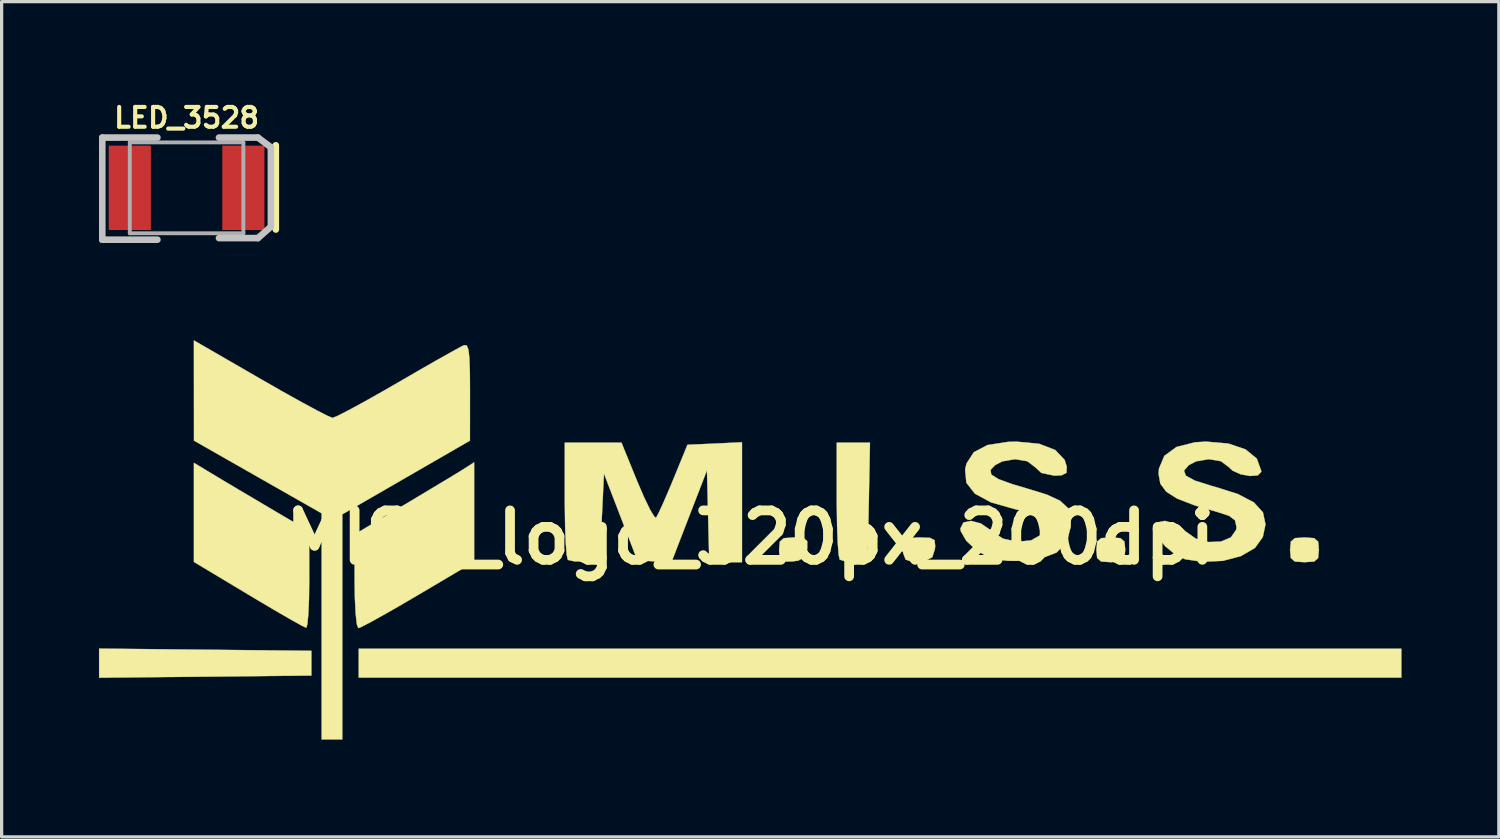
<source format=kicad_pcb>
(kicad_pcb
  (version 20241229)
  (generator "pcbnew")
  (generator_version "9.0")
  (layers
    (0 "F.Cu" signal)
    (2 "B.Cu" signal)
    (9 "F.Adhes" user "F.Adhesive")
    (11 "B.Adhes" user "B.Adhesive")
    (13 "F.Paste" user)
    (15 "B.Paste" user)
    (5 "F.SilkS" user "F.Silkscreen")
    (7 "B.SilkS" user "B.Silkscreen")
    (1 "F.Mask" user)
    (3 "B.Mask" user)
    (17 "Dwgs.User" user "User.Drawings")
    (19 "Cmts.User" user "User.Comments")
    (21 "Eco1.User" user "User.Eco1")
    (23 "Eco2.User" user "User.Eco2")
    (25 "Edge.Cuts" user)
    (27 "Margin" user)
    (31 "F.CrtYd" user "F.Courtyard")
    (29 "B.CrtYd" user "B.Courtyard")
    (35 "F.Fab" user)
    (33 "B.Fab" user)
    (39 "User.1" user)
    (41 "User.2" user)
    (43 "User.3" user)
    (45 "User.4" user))
  (footprint "MISS_logo_320px_200dpi"
    (layer "F.Cu")
    (at 20.071 13.514)
    (property "Reference" "MISS_logo_320px_200dpi" (at 0 0 0) (layer "F.SilkS") (effects (font (size 1.524 1.524) (thickness 0.3))))
    (attr through_hole)
    (fp_poly (pts (xy 20.066 4.318) (xy -12.065 4.318) (xy -12.065 3.429) (xy 20.066 3.429) (xy 20.066 4.318)) (stroke (width 0.01) (type solid)) (fill yes) (layer "F.SilkS"))
    (fp_poly (pts (xy -16.796 3.459) (xy -13.525 3.493) (xy -13.525 4.255) (xy -20.066 4.322) (xy -20.066 3.425) (xy -16.796 3.459)) (stroke (width 0.01) (type solid)) (fill yes) (layer "F.SilkS"))
    (fp_poly (pts (xy 3.655 -1.111) (xy 3.619 0.699) (xy 3.234 0.736) (xy 2.933 0.736) (xy 2.758 0.683) (xy 2.725 0.53) (xy 2.697 0.171) (xy 2.677 -0.344) (xy 2.668 -0.966) (xy 2.667 -1.164) (xy 2.667 -2.921) (xy 3.69 -2.921) (xy 3.655 -1.111)) (stroke (width 0.01) (type solid)) (fill yes) (layer "F.SilkS"))
    (fp_poly (pts (xy 11.411 0.021) (xy 11.534 0.129) (xy 11.557 0.381) (xy 11.532 0.637) (xy 11.407 0.742) (xy 11.113 0.762) (xy 10.814 0.741) (xy 10.691 0.633) (xy 10.668 0.381) (xy 10.693 0.125) (xy 10.818 0.02) (xy 11.113 0) (xy 11.411 0.021)) (stroke (width 0.01) (type solid)) (fill yes) (layer "F.SilkS"))
    (fp_poly (pts (xy 17.38 0.021) (xy 17.503 0.129) (xy 17.526 0.381) (xy 17.501 0.637) (xy 17.376 0.742) (xy 17.081 0.762) (xy 16.783 0.741) (xy 16.66 0.633) (xy 16.637 0.381) (xy 16.662 0.125) (xy 16.787 0.02) (xy 17.081 0) (xy 17.38 0.021)) (stroke (width 0.01) (type solid)) (fill yes) (layer "F.SilkS"))
    (fp_poly (pts (xy 1.641 0.018) (xy 1.756 0.112) (xy 1.756 0.339) (xy 1.755 0.349) (xy 1.681 0.601) (xy 1.484 0.712) (xy 1.302 0.738) (xy 1.019 0.744) (xy 0.908 0.64) (xy 0.889 0.389) (xy 0.912 0.129) (xy 1.033 0.022) (xy 1.328 0.00001) (xy 1.342 0) (xy 1.641 0.018)) (stroke (width 0.01) (type solid)) (fill yes) (layer "F.SilkS"))
    (fp_poly (pts (xy 5.543 0.013) (xy 5.682 0.085) (xy 5.7 0.265) (xy 5.692 0.349) (xy 5.612 0.608) (xy 5.4 0.718) (xy 5.266 0.736) (xy 4.965 0.736) (xy 4.79 0.683) (xy 4.718 0.496) (xy 4.699 0.296) (xy 4.73 0.106) (xy 4.869 0.021) (xy 5.187 0.000048) (xy 5.215 0) (xy 5.543 0.013)) (stroke (width 0.01) (type solid)) (fill yes) (layer "F.SilkS"))
    (fp_poly (pts (xy -16.605 -1.974) (xy -16.268 -1.772) (xy -15.785 -1.484) (xy -15.228 -1.155) (xy -14.83 -0.919) (xy -13.594 -0.191) (xy -13.591 1.302) (xy -13.598 1.882) (xy -13.618 2.355) (xy -13.648 2.672) (xy -13.684 2.784) (xy -13.821 2.718) (xy -14.135 2.543) (xy -14.586 2.283) (xy -15.136 1.959) (xy -15.462 1.764) (xy -17.145 0.754) (xy -17.145 -2.3) (xy -16.605 -1.974)) (stroke (width 0.01) (type solid)) (fill yes) (layer "F.SilkS"))
    (fp_poly (pts (xy -8.509 0.75) (xy -10.237 1.772) (xy -10.833 2.121) (xy -11.356 2.419) (xy -11.763 2.643) (xy -12.017 2.772) (xy -12.078 2.794) (xy -12.123 2.675) (xy -12.16 2.353) (xy -12.184 1.878) (xy -12.192 1.35) (xy -12.192 -0.094) (xy -10.636 -1.021) (xy -10.051 -1.371) (xy -9.524 -1.687) (xy -9.102 -1.942) (xy -8.836 -2.105) (xy -8.795 -2.132) (xy -8.509 -2.315) (xy -8.509 0.75)) (stroke (width 0.01) (type solid)) (fill yes) (layer "F.SilkS"))
    (fp_poly (pts (xy -15.081 -4.88) (xy -14.424 -4.504) (xy -13.837 -4.177) (xy -13.359 -3.918) (xy -13.025 -3.747) (xy -12.874 -3.685) (xy -12.873 -3.685) (xy -12.721 -3.746) (xy -12.389 -3.915) (xy -11.917 -4.171) (xy -11.343 -4.494) (xy -10.864 -4.77) (xy -10.236 -5.134) (xy -9.676 -5.455) (xy -9.224 -5.709) (xy -8.922 -5.875) (xy -8.817 -5.927) (xy -8.739 -5.918) (xy -8.687 -5.799) (xy -8.655 -5.531) (xy -8.64 -5.078) (xy -8.637 -4.49) (xy -8.638 -2.985) (xy -10.606 -1.849) (xy -12.573 -0.713) (xy -12.573 6.223) (xy -13.208 6.223) (xy -13.208 -0.744) (xy -15.175 -1.864) (xy -17.143 -2.985) (xy -17.144 -4.528) (xy -17.145 -6.072) (xy -15.081 -4.88)) (stroke (width 0.01) (type solid)) (fill yes) (layer "F.SilkS"))
    (fp_poly (pts (xy -0.254 0.762) (xy -1.262 0.762) (xy -1.333 -2.07) (xy -1.884 -0.647) (xy -2.434 0.776) (xy -3.48 0.699) (xy -3.994 -0.635) (xy -4.508 -1.968) (xy -4.636 0.699) (xy -5.085 0.736) (xy -5.408 0.738) (xy -5.612 0.693) (xy -5.624 0.683) (xy -5.657 0.53) (xy -5.685 0.171) (xy -5.705 -0.344) (xy -5.714 -0.966) (xy -5.715 -1.164) (xy -5.715 -2.921) (xy -4.841 -2.921) (xy -3.968 -2.921) (xy -3.478 -1.719) (xy -3.267 -1.23) (xy -3.085 -0.855) (xy -2.954 -0.639) (xy -2.903 -0.608) (xy -2.821 -0.759) (xy -2.67 -1.088) (xy -2.477 -1.536) (xy -2.376 -1.778) (xy -1.934 -2.857) (xy -0.254 -2.933) (xy -0.254 0.762)) (stroke (width 0.01) (type solid)) (fill yes) (layer "F.SilkS"))
    (fp_poly (pts (xy 8.899 -2.888) (xy 9.399 -2.697) (xy 9.691 -2.388) (xy 9.756 -2.178) (xy 9.746 -1.991) (xy 9.595 -1.916) (xy 9.374 -1.905) (xy 8.973 -1.989) (xy 8.792 -2.159) (xy 8.54 -2.349) (xy 8.165 -2.413) (xy 7.768 -2.346) (xy 7.549 -2.231) (xy 7.404 -2.078) (xy 7.43 -1.938) (xy 7.65 -1.798) (xy 8.085 -1.64) (xy 8.517 -1.513) (xy 9.14 -1.321) (xy 9.549 -1.132) (xy 9.783 -0.915) (xy 9.879 -0.636) (xy 9.88 -0.337) (xy 9.753 0.137) (xy 9.443 0.464) (xy 8.935 0.657) (xy 8.415 0.721) (xy 7.951 0.72) (xy 7.545 0.675) (xy 7.366 0.626) (xy 6.972 0.397) (xy 6.657 0.101) (xy 6.489 -0.193) (xy 6.477 -0.276) (xy 6.571 -0.461) (xy 6.803 -0.511) (xy 7.104 -0.433) (xy 7.4 -0.232) (xy 7.441 -0.191) (xy 7.789 0.037) (xy 8.227 0.133) (xy 8.655 0.089) (xy 8.944 -0.073) (xy 9.117 -0.319) (xy 9.08 -0.519) (xy 8.82 -0.687) (xy 8.322 -0.837) (xy 8.153 -0.874) (xy 7.418 -1.082) (xy 6.923 -1.351) (xy 6.661 -1.687) (xy 6.622 -2.098) (xy 6.666 -2.28) (xy 6.891 -2.628) (xy 7.312 -2.848) (xy 7.942 -2.946) (xy 8.205 -2.953) (xy 8.899 -2.888)) (stroke (width 0.01) (type solid)) (fill yes) (layer "F.SilkS"))
    (fp_poly (pts (xy 14.734 -2.895) (xy 15.264 -2.715) (xy 15.612 -2.43) (xy 15.747 -2.055) (xy 15.748 -2.022) (xy 15.646 -1.915) (xy 15.403 -1.895) (xy 15.109 -1.949) (xy 14.856 -2.065) (xy 14.761 -2.159) (xy 14.509 -2.349) (xy 14.134 -2.413) (xy 13.737 -2.346) (xy 13.518 -2.231) (xy 13.368 -2.06) (xy 13.424 -1.905) (xy 13.701 -1.753) (xy 14.214 -1.591) (xy 14.298 -1.569) (xy 15.029 -1.338) (xy 15.524 -1.079) (xy 15.802 -0.773) (xy 15.879 -0.403) (xy 15.797 -0.014) (xy 15.555 0.322) (xy 15.126 0.572) (xy 14.568 0.72) (xy 13.938 0.749) (xy 13.399 0.671) (xy 13.096 0.524) (xy 12.784 0.264) (xy 12.542 -0.031) (xy 12.446 -0.278) (xy 12.54 -0.462) (xy 12.773 -0.511) (xy 13.073 -0.432) (xy 13.368 -0.233) (xy 13.41 -0.191) (xy 13.735 0.038) (xy 14.123 0.141) (xy 14.505 0.127) (xy 14.812 -0.001) (xy 14.975 -0.234) (xy 14.986 -0.326) (xy 14.939 -0.531) (xy 14.756 -0.668) (xy 14.446 -0.77) (xy 13.694 -0.99) (xy 13.162 -1.196) (xy 12.82 -1.411) (xy 12.639 -1.657) (xy 12.586 -1.956) (xy 12.597 -2.121) (xy 12.762 -2.516) (xy 13.139 -2.79) (xy 13.71 -2.934) (xy 14.05 -2.954) (xy 14.734 -2.895)) (stroke (width 0.01) (type solid)) (fill yes) (layer "F.SilkS")))
  (footprint "LED_3528"
    (layer "F.Cu")
    (at 2.7 2.739)
    (property "Reference" "LED_3528" (at 0 -2.159 0) (layer "F.SilkS") (effects (font (size 0.61 0.61) (thickness 0.127))))
    (attr smd)
    (fp_line (start 2.75 -1.311) (end 2.75 1.285) (stroke (width 0.203) (type solid)) (layer "F.SilkS"))
    (fp_line (start -2.598 -1.549) (end -0.899 -1.549) (stroke (width 0.203) (type solid)) (layer "Dwgs.User"))
    (fp_line (start -2.598 1.598) (end -2.598 -1.549) (stroke (width 0.203) (type solid)) (layer "Dwgs.User"))
    (fp_line (start -0.899 1.598) (end -2.598 1.598) (stroke (width 0.203) (type solid)) (layer "Dwgs.User"))
    (fp_line (start 0.998 1.549) (end 2.2 1.549) (stroke (width 0.203) (type solid)) (layer "Dwgs.User"))
    (fp_line (start 2.2 -1.549) (end 0.998 -1.549) (stroke (width 0.203) (type solid)) (layer "Dwgs.User"))
    (fp_line (start 2.2 1.549) (end 2.598 1.199) (stroke (width 0.203) (type solid)) (layer "Dwgs.User"))
    (fp_line (start 2.598 -1.25) (end 2.2 -1.549) (stroke (width 0.203) (type solid)) (layer "Dwgs.User"))
    (fp_line (start 2.598 1.199) (end 2.598 -1.25) (stroke (width 0.203) (type solid)) (layer "Dwgs.User"))
    (fp_line (start -1.75 -1.4) (end -1.75 1.4) (stroke (width 0.12) (type solid)) (layer "F.Fab"))
    (fp_line (start -1.75 -1.4) (end 1.75 -1.4) (stroke (width 0.12) (type solid)) (layer "F.Fab"))
    (fp_line (start -1.75 1.4) (end 1.75 1.4) (stroke (width 0.12) (type solid)) (layer "F.Fab"))
    (fp_line (start 1.75 -1.4) (end 1.75 1.4) (stroke (width 0.12) (type solid)) (layer "F.Fab"))
    (pad "1" smd rect (at 1.75 0 90) (size 2.6 1.3) (layers "F.Cu" "F.Mask" "F.Paste"))
    (pad "2" smd rect (at -1.75 0 90) (size 2.6 1.3) (layers "F.Cu" "F.Mask" "F.Paste")))
  (gr_rect
    (start -3 -3)
    (end 43.142 22.742)
    (stroke (width 0.1) (type default))
    (fill no)
    (layer "Edge.Cuts")))
</source>
